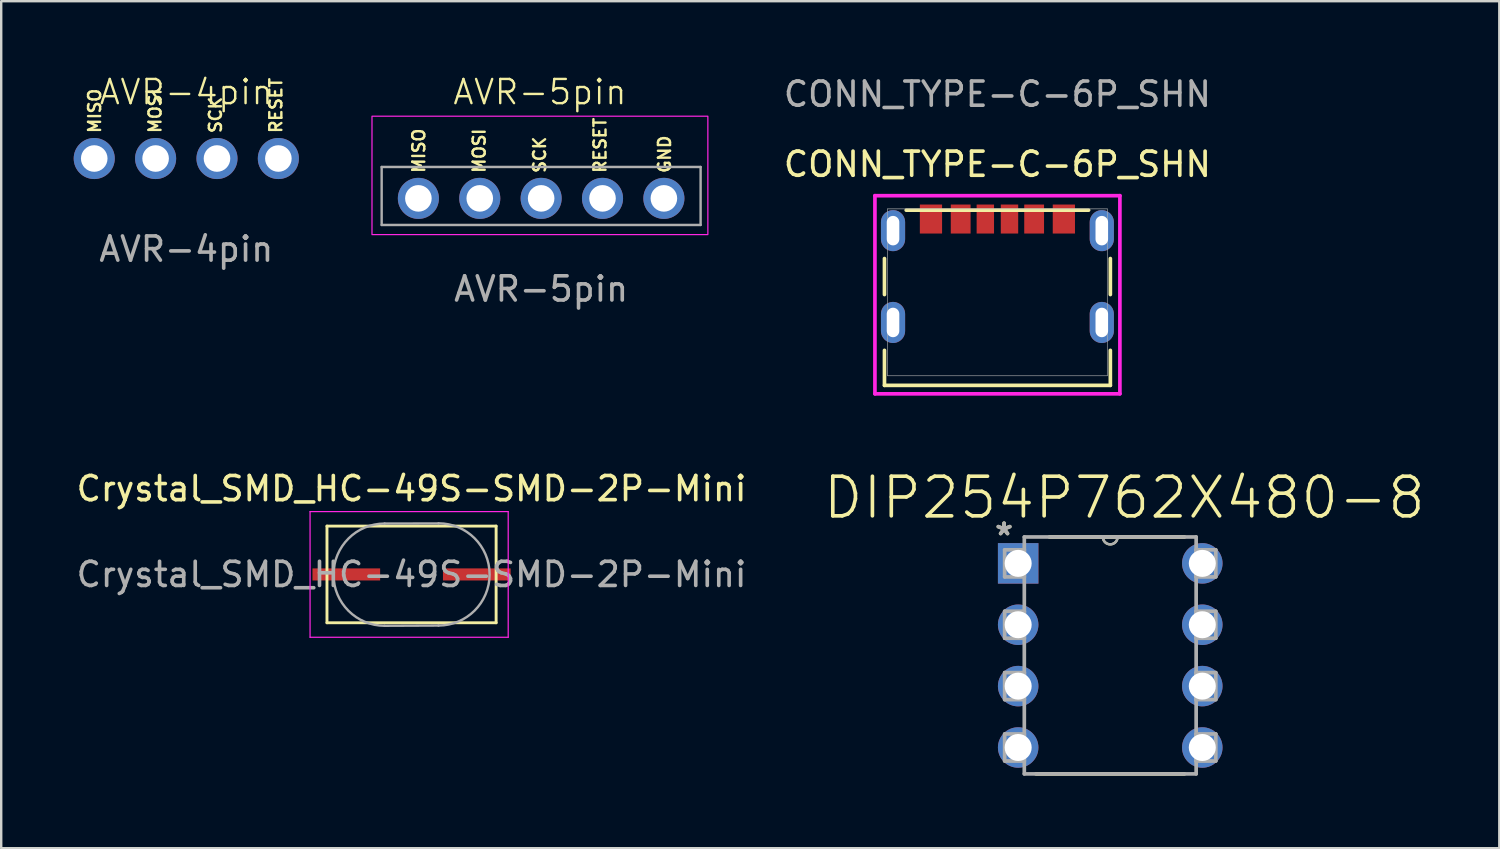
<source format=kicad_pcb>
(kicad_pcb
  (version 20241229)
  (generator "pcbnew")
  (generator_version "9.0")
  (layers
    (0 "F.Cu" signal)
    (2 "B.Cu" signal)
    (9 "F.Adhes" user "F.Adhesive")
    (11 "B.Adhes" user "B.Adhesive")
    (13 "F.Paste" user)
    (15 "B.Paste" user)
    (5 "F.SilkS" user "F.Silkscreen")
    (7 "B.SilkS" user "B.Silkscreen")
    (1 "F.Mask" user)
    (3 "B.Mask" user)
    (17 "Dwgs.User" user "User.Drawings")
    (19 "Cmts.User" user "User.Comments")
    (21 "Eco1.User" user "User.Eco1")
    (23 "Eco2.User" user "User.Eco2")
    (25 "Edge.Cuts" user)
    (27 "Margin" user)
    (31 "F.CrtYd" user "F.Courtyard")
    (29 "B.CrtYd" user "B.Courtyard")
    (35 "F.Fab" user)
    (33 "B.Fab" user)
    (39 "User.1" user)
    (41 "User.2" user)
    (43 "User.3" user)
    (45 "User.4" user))
  (footprint "Crystal_SMD_HC-49S-SMD-2P-Mini"
    (layer "F.Cu")
    (at 13.982 20.723)
    (property "Reference" "Crystal_SMD_HC-49S-SMD-2P-Mini" (at 0 -3.55 0) (layer "F.SilkS") (effects (font (size 1 1) (thickness 0.15))))
    (attr smd)
    (fp_line (start -3.5 -2) (end -3.5 2) (stroke (width 0.12) (type solid)) (layer "F.SilkS"))
    (fp_line (start -3.5 2) (end 3.5 2) (stroke (width 0.12) (type solid)) (layer "F.SilkS"))
    (fp_line (start 3.5 -2) (end -3.5 -2) (stroke (width 0.12) (type solid)) (layer "F.SilkS"))
    (fp_line (start 3.5 -2) (end 3.5 2) (stroke (width 0.12) (type solid)) (layer "F.SilkS"))
    (fp_line (start -4.2 -2.6) (end -4.2 2.6) (stroke (width 0.05) (type solid)) (layer "F.CrtYd"))
    (fp_line (start -4.2 2.6) (end 4 2.6) (stroke (width 0.05) (type solid)) (layer "F.CrtYd"))
    (fp_line (start 4 -2.6) (end -4.2 -2.6) (stroke (width 0.05) (type solid)) (layer "F.CrtYd"))
    (fp_line (start 4 2.6) (end 4 -2.6) (stroke (width 0.05) (type solid)) (layer "F.CrtYd"))
    (fp_line (start -1.115 -2.105) (end 1.115 -2.11) (stroke (width 0.1) (type solid)) (layer "F.Fab"))
    (fp_line (start -1.115 2.125) (end 1.115 2.115) (stroke (width 0.1) (type solid)) (layer "F.Fab"))
    (fp_arc (start -1.115 2.125) (mid -3.23 0.01) (end -1.115 -2.105) (stroke (width 0.1) (type solid)) (layer "F.Fab"))
    (fp_arc (start 1.115 -2.115) (mid 3.23 0) (end 1.115 2.115) (stroke (width 0.1) (type solid)) (layer "F.Fab"))
    (fp_text user "${REFERENCE}" (at 0 0 0) (layer "F.Fab") (effects (font (size 1 1) (thickness 0.15))))
    (pad "1" smd rect (at -2.7 0) (size 2.8 0.5) (layers "F.Cu" "F.Mask" "F.Paste"))
    (pad "2" smd rect (at 2.7 0) (size 2.8 0.5) (layers "F.Cu" "F.Mask" "F.Paste")))
  (footprint "CONN_TYPE-C-6P_SHN"
    (layer "F.Cu")
    (at 38.228 9.048)
    (property "Reference" "CONN_TYPE-C-6P_SHN" (at 0 -5.3 0) (unlocked yes) (layer "F.SilkS") (effects (font (size 1 1) (thickness 0.15))))
    (attr smd)
    (fp_line (start -4.674 -1.398) (end -4.674 0.092) (stroke (width 0.152) (type solid)) (layer "F.SilkS"))
    (fp_line (start -4.674 2.402) (end -4.674 3.85) (stroke (width 0.152) (type solid)) (layer "F.SilkS"))
    (fp_line (start -4.674 3.85) (end 4.674 3.85) (stroke (width 0.152) (type solid)) (layer "F.SilkS"))
    (fp_line (start 3.774 -3.4) (end -3.774 -3.4) (stroke (width 0.152) (type solid)) (layer "F.SilkS"))
    (fp_line (start 4.674 0.092) (end 4.674 -1.398) (stroke (width 0.152) (type solid)) (layer "F.SilkS"))
    (fp_line (start 4.674 3.85) (end 4.674 2.402) (stroke (width 0.152) (type solid)) (layer "F.SilkS"))
    (fp_line (start -5.069 -4) (end -5.069 4.2) (stroke (width 0.152) (type solid)) (layer "F.CrtYd"))
    (fp_line (start -5.069 4.2) (end 5.069 4.2) (stroke (width 0.152) (type solid)) (layer "F.CrtYd"))
    (fp_line (start 5.069 -4) (end -5.069 -4) (stroke (width 0.152) (type solid)) (layer "F.CrtYd"))
    (fp_line (start 5.069 4.2) (end 5.069 -4) (stroke (width 0.152) (type solid)) (layer "F.CrtYd"))
    (fp_line (start -4.547 -3.454) (end -4.547 3.454) (stroke (width 0.025) (type solid)) (layer "F.Fab"))
    (fp_line (start -4.547 3.454) (end 4.547 3.454) (stroke (width 0.025) (type solid)) (layer "F.Fab"))
    (fp_line (start 4.547 -3.454) (end -4.547 -3.454) (stroke (width 0.025) (type solid)) (layer "F.Fab"))
    (fp_line (start 4.547 3.454) (end 4.547 -3.454) (stroke (width 0.025) (type solid)) (layer "F.Fab"))
    (fp_text user "${REFERENCE}" (at 0 -8.2 0) (unlocked yes) (layer "F.Fab") (effects (font (size 1 1) (thickness 0.15))))
    (pad "" np_thru_hole oval (at -4.32 1.247) (size 1 1.7) (drill oval 0.52 1.22) (layers "*.Cu" "*.Mask"))
    (pad "" np_thru_hole oval (at -4.32 -2.553) (size 1 1.7) (drill oval 0.52 1.22) (layers "*.Cu" "*.Mask"))
    (pad "" np_thru_hole oval (at 4.32 -2.553) (size 1 1.7) (drill oval 0.52 1.22) (layers "*.Cu" "*.Mask"))
    (pad "" np_thru_hole oval (at 4.32 1.247) (size 1 1.7) (drill oval 0.52 1.22) (layers "*.Cu" "*.Mask"))
    (pad "A5" smd rect (at -0.5 -3.033) (size 0.72 1.2) (layers "F.Cu" "F.Mask" "F.Paste"))
    (pad "A9" smd rect (at 1.52 -3.033) (size 0.82 1.2) (layers "F.Cu" "F.Mask" "F.Paste"))
    (pad "A12" smd rect (at 2.75 -3.033) (size 0.92 1.2) (layers "F.Cu" "F.Mask" "F.Paste"))
    (pad "B5" smd rect (at 0.5 -3.033) (size 0.72 1.2) (layers "F.Cu" "F.Mask" "F.Paste"))
    (pad "B9" smd rect (at -1.52 -3.033) (size 0.82 1.2) (layers "F.Cu" "F.Mask" "F.Paste"))
    (pad "B12" smd rect (at -2.75 -3.033) (size 0.92 1.2) (layers "F.Cu" "F.Mask" "F.Paste")))
  (footprint "DIP254P762X480-8"
    (layer "F.Cu")
    (at 46.707 27.885)
    (property "Reference" "DIP254P762X480-8" (at -3.226 -10.338 0) (layer "F.SilkS") (effects (font (size 1.64 1.64) (thickness 0.15))))
    (attr through_hole)
    (fp_line (start -6.883 1.092) (end -0.737 1.092) (stroke (width 0.152) (type solid)) (layer "F.SilkS"))
    (fp_line (start -4.115 -8.712) (end -6.325 -8.712) (stroke (width 0.152) (type solid)) (layer "F.SilkS"))
    (fp_line (start -3.505 -8.712) (end -4.115 -8.712) (stroke (width 0.152) (type solid)) (layer "F.SilkS"))
    (fp_line (start -0.737 -8.712) (end -3.505 -8.712) (stroke (width 0.152) (type solid)) (layer "F.SilkS"))
    (fp_arc (start -3.5052 -8.7122) (mid -3.81 -8.4074) (end -4.1148 -8.7122) (stroke (width 0.1) (type solid)) (layer "F.SilkS"))
    (fp_line (start -8.179 -8.179) (end -8.179 -7.061) (stroke (width 0.152) (type solid)) (layer "F.Fab"))
    (fp_line (start -8.179 -7.061) (end -7.366 -7.061) (stroke (width 0.152) (type solid)) (layer "F.Fab"))
    (fp_line (start -8.179 -5.639) (end -8.179 -4.521) (stroke (width 0.152) (type solid)) (layer "F.Fab"))
    (fp_line (start -8.179 -4.521) (end -7.366 -4.521) (stroke (width 0.152) (type solid)) (layer "F.Fab"))
    (fp_line (start -8.179 -3.099) (end -8.179 -1.981) (stroke (width 0.152) (type solid)) (layer "F.Fab"))
    (fp_line (start -8.179 -1.981) (end -7.366 -1.981) (stroke (width 0.152) (type solid)) (layer "F.Fab"))
    (fp_line (start -8.179 -0.559) (end -8.179 0.559) (stroke (width 0.152) (type solid)) (layer "F.Fab"))
    (fp_line (start -8.179 0.559) (end -7.366 0.559) (stroke (width 0.152) (type solid)) (layer "F.Fab"))
    (fp_line (start -7.366 -8.712) (end -7.366 1.092) (stroke (width 0.152) (type solid)) (layer "F.Fab"))
    (fp_line (start -7.366 -8.179) (end -8.179 -8.179) (stroke (width 0.152) (type solid)) (layer "F.Fab"))
    (fp_line (start -7.366 -7.061) (end -7.366 -8.179) (stroke (width 0.152) (type solid)) (layer "F.Fab"))
    (fp_line (start -7.366 -5.639) (end -8.179 -5.639) (stroke (width 0.152) (type solid)) (layer "F.Fab"))
    (fp_line (start -7.366 -4.521) (end -7.366 -5.639) (stroke (width 0.152) (type solid)) (layer "F.Fab"))
    (fp_line (start -7.366 -3.099) (end -8.179 -3.099) (stroke (width 0.152) (type solid)) (layer "F.Fab"))
    (fp_line (start -7.366 -1.981) (end -7.366 -3.099) (stroke (width 0.152) (type solid)) (layer "F.Fab"))
    (fp_line (start -7.366 -0.559) (end -8.179 -0.559) (stroke (width 0.152) (type solid)) (layer "F.Fab"))
    (fp_line (start -7.366 0.559) (end -7.366 -0.559) (stroke (width 0.152) (type solid)) (layer "F.Fab"))
    (fp_line (start -7.366 1.092) (end -0.254 1.092) (stroke (width 0.152) (type solid)) (layer "F.Fab"))
    (fp_line (start -4.115 -8.712) (end -7.366 -8.712) (stroke (width 0.152) (type solid)) (layer "F.Fab"))
    (fp_line (start -3.505 -8.712) (end -4.115 -8.712) (stroke (width 0.152) (type solid)) (layer "F.Fab"))
    (fp_line (start -0.254 -8.712) (end -3.505 -8.712) (stroke (width 0.152) (type solid)) (layer "F.Fab"))
    (fp_line (start -0.254 -8.179) (end -0.254 -7.061) (stroke (width 0.152) (type solid)) (layer "F.Fab"))
    (fp_line (start -0.254 -7.061) (end 0.559 -7.061) (stroke (width 0.152) (type solid)) (layer "F.Fab"))
    (fp_line (start -0.254 -5.639) (end -0.254 -4.521) (stroke (width 0.152) (type solid)) (layer "F.Fab"))
    (fp_line (start -0.254 -4.521) (end 0.559 -4.521) (stroke (width 0.152) (type solid)) (layer "F.Fab"))
    (fp_line (start -0.254 -3.099) (end -0.254 -1.981) (stroke (width 0.152) (type solid)) (layer "F.Fab"))
    (fp_line (start -0.254 -1.981) (end 0.559 -1.981) (stroke (width 0.152) (type solid)) (layer "F.Fab"))
    (fp_line (start -0.254 -0.559) (end -0.254 0.559) (stroke (width 0.152) (type solid)) (layer "F.Fab"))
    (fp_line (start -0.254 0.559) (end 0.559 0.559) (stroke (width 0.152) (type solid)) (layer "F.Fab"))
    (fp_line (start -0.254 1.092) (end -0.254 -8.712) (stroke (width 0.152) (type solid)) (layer "F.Fab"))
    (fp_line (start 0.559 -8.179) (end -0.254 -8.179) (stroke (width 0.152) (type solid)) (layer "F.Fab"))
    (fp_line (start 0.559 -7.061) (end 0.559 -8.179) (stroke (width 0.152) (type solid)) (layer "F.Fab"))
    (fp_line (start 0.559 -5.639) (end -0.254 -5.639) (stroke (width 0.152) (type solid)) (layer "F.Fab"))
    (fp_line (start 0.559 -4.521) (end 0.559 -5.639) (stroke (width 0.152) (type solid)) (layer "F.Fab"))
    (fp_line (start 0.559 -3.099) (end -0.254 -3.099) (stroke (width 0.152) (type solid)) (layer "F.Fab"))
    (fp_line (start 0.559 -1.981) (end 0.559 -3.099) (stroke (width 0.152) (type solid)) (layer "F.Fab"))
    (fp_line (start 0.559 -0.559) (end -0.254 -0.559) (stroke (width 0.152) (type solid)) (layer "F.Fab"))
    (fp_line (start 0.559 0.559) (end 0.559 -0.559) (stroke (width 0.152) (type solid)) (layer "F.Fab"))
    (fp_arc (start -3.5052 -8.7122) (mid -3.81 -8.4074) (end -4.1148 -8.7122) (stroke (width 0.1) (type solid)) (layer "F.Fab"))
    (fp_text user "*" (at -8.204 -8.738 0) (layer "F.SilkS") (effects (font (size 1 1) (thickness 0.15))))
    (fp_text user "*" (at -8.204 -8.738 0) (layer "F.Fab") (effects (font (size 1 1) (thickness 0.15))))
    (pad "1" thru_hole rect (at -7.62 -7.62) (size 1.676 1.676) (drill 1.118) (layers "*.Cu" "*.Mask"))
    (pad "2" thru_hole circle (at -7.62 -5.08) (size 1.676 1.676) (drill 1.118) (layers "*.Cu" "*.Mask"))
    (pad "3" thru_hole circle (at -7.62 -2.54) (size 1.676 1.676) (drill 1.118) (layers "*.Cu" "*.Mask"))
    (pad "4" thru_hole circle (at -7.62 0) (size 1.676 1.676) (drill 1.118) (layers "*.Cu" "*.Mask"))
    (pad "5" thru_hole circle (at 0 0) (size 1.676 1.676) (drill 1.118) (layers "*.Cu" "*.Mask"))
    (pad "6" thru_hole circle (at 0 -2.54) (size 1.676 1.676) (drill 1.118) (layers "*.Cu" "*.Mask"))
    (pad "7" thru_hole circle (at 0 -5.08) (size 1.676 1.676) (drill 1.118) (layers "*.Cu" "*.Mask"))
    (pad "8" thru_hole circle (at 0 -7.62) (size 1.676 1.676) (drill 1.118) (layers "*.Cu" "*.Mask")))
  (footprint "AVR-4pin"
    (layer "F.Cu")
    (at 4.66 3.51)
    (property "Reference" "AVR-4pin" (at 0 -2.75 0) (unlocked yes) (layer "F.SilkS") (effects (font (size 1 1) (thickness 0.1))))
    (attr through_hole)
    (fp_text user "MISO" (at -3.5 -1 90) (unlocked yes) (layer "F.SilkS") (effects (font (size 0.5 0.5) (thickness 0.1)) (justify left bottom)))
    (fp_text user "RESET" (at 4 -1 90) (unlocked yes) (layer "F.SilkS") (effects (font (size 0.5 0.5) (thickness 0.1)) (justify left bottom)))
    (fp_text user "MOSI" (at -1 -1 90) (unlocked yes) (layer "F.SilkS") (effects (font (size 0.5 0.5) (thickness 0.1)) (justify left bottom)))
    (fp_text user "SCK" (at 1.5 -1 90) (unlocked yes) (layer "F.SilkS") (effects (font (size 0.5 0.5) (thickness 0.1)) (justify left bottom)))
    (fp_text user "${REFERENCE}" (at 0 3.75 0) (unlocked yes) (layer "F.Fab") (effects (font (size 1 1) (thickness 0.15))))
    (pad "1" thru_hole circle (at -3.81 0) (size 1.7 1.7) (drill 1.1) (layers "*.Cu" "*.Mask"))
    (pad "2" thru_hole circle (at -1.27 0) (size 1.7 1.7) (drill 1.1) (layers "*.Cu" "*.Mask"))
    (pad "3" thru_hole circle (at 1.27 0) (size 1.7 1.7) (drill 1.1) (layers "*.Cu" "*.Mask"))
    (pad "4" thru_hole circle (at 3.81 0) (size 1.7 1.7) (drill 1.1) (layers "*.Cu" "*.Mask")))
  (footprint "AVR-5pin"
    (layer "F.Cu")
    (at 19.345 5.16)
    (property "Reference" "AVR-5pin" (at -0.05 -4.4 0) (unlocked yes) (layer "F.SilkS") (effects (font (size 1 1) (thickness 0.1))))
    (attr through_hole)
    (fp_rect (start -7 -3.4) (end 6.9 1.5) (stroke (width 0.05) (type default)) (fill no) (layer "F.CrtYd"))
    (fp_line (start -6.6 -1.3) (end -6.6 1.1) (stroke (width 0.1) (type solid)) (layer "F.Fab"))
    (fp_line (start -6.6 -1.3) (end 6.6 -1.3) (stroke (width 0.1) (type solid)) (layer "F.Fab"))
    (fp_line (start -6.6 1.1) (end 6.6 1.1) (stroke (width 0.1) (type solid)) (layer "F.Fab"))
    (fp_line (start 6.6 -1.3) (end 6.6 1.1) (stroke (width 0.1) (type solid)) (layer "F.Fab"))
    (fp_text user "RESET" (at 2.73 -1 90) (unlocked yes) (layer "F.SilkS") (effects (font (size 0.5 0.5) (thickness 0.1)) (justify left bottom)))
    (fp_text user "MISO" (at -4.77 -1 90) (unlocked yes) (layer "F.SilkS") (effects (font (size 0.5 0.5) (thickness 0.1)) (justify left bottom)))
    (fp_text user "MOSI" (at -2.27 -1 90) (unlocked yes) (layer "F.SilkS") (effects (font (size 0.5 0.5) (thickness 0.1)) (justify left bottom)))
    (fp_text user "GND" (at 5.4 -1 90) (unlocked yes) (layer "F.SilkS") (effects (font (size 0.5 0.5) (thickness 0.1)) (justify left bottom)))
    (fp_text user "SCK" (at 0.23 -1 90) (unlocked yes) (layer "F.SilkS") (effects (font (size 0.5 0.5) (thickness 0.1)) (justify left bottom)))
    (fp_text user "${REFERENCE}" (at 0 3.75 0) (unlocked yes) (layer "F.Fab") (effects (font (size 1 1) (thickness 0.15))))
    (pad "1" thru_hole circle (at -5.08 0) (size 1.7 1.7) (drill 1.1) (layers "*.Cu" "*.Mask"))
    (pad "2" thru_hole circle (at -2.54 0) (size 1.7 1.7) (drill 1.1) (layers "*.Cu" "*.Mask"))
    (pad "3" thru_hole circle (at 0 0) (size 1.7 1.7) (drill 1.1) (layers "*.Cu" "*.Mask"))
    (pad "4" thru_hole circle (at 2.54 0) (size 1.7 1.7) (drill 1.1) (layers "*.Cu" "*.Mask"))
    (pad "5" thru_hole circle (at 5.08 0) (size 1.7 1.7) (drill 1.1) (layers "*.Cu" "*.Mask")))
  (gr_rect
    (start -3 -3)
    (end 58.999 32.053)
    (stroke (width 0.1) (type default))
    (fill no)
    (layer "Edge.Cuts")))
</source>
